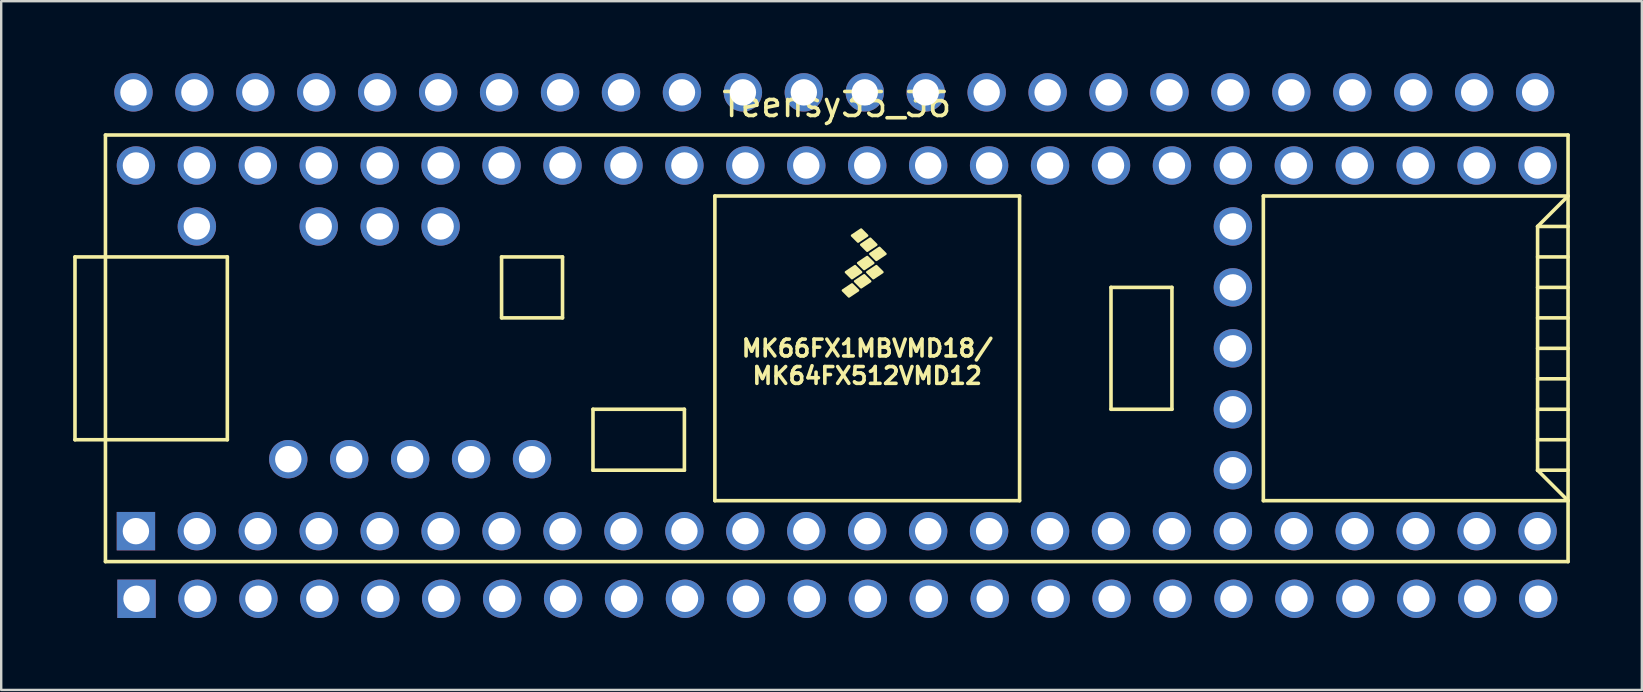
<source format=kicad_pcb>
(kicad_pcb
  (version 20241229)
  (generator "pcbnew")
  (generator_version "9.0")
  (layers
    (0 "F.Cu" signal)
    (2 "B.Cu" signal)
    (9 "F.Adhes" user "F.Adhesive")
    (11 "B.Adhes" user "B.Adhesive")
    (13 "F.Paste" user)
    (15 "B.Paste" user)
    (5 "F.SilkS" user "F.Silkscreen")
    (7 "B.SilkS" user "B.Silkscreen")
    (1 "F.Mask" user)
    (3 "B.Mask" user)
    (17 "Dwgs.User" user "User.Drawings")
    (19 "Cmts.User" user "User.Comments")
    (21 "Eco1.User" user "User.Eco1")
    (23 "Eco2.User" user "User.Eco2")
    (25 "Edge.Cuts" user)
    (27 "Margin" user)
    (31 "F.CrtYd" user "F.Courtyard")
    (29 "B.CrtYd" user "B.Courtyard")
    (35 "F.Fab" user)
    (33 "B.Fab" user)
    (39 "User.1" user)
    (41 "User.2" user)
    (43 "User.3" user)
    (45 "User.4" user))
  (footprint "Teensy35_36"
    (layer "F.Cu")
    (at 31.825 11.468)
    (property "Reference" "Teensy35_36" (at 0 -10.16 0) (layer "F.SilkS") (effects (font (size 1 1) (thickness 0.15))))
    (attr through_hole)
    (fp_line (start -31.75 -3.81) (end -30.48 -3.81) (stroke (width 0.15) (type solid)) (layer "F.SilkS"))
    (fp_line (start -31.75 3.81) (end -31.75 -3.81) (stroke (width 0.15) (type solid)) (layer "F.SilkS"))
    (fp_line (start -30.48 3.81) (end -31.75 3.81) (stroke (width 0.15) (type solid)) (layer "F.SilkS"))
    (fp_line (start -30.48 8.89) (end -30.48 -8.89) (stroke (width 0.15) (type solid)) (layer "F.SilkS"))
    (fp_line (start -30.48 8.89) (end 30.48 8.89) (stroke (width 0.15) (type solid)) (layer "F.SilkS"))
    (fp_line (start -25.4 -3.81) (end -30.48 -3.81) (stroke (width 0.15) (type solid)) (layer "F.SilkS"))
    (fp_line (start -25.4 3.81) (end -30.48 3.81) (stroke (width 0.15) (type solid)) (layer "F.SilkS"))
    (fp_line (start -25.4 3.81) (end -25.4 -3.81) (stroke (width 0.15) (type solid)) (layer "F.SilkS"))
    (fp_line (start -13.97 -3.81) (end -13.97 -1.27) (stroke (width 0.15) (type solid)) (layer "F.SilkS"))
    (fp_line (start -13.97 -1.27) (end -11.43 -1.27) (stroke (width 0.15) (type solid)) (layer "F.SilkS"))
    (fp_line (start -11.43 -3.81) (end -13.97 -3.81) (stroke (width 0.15) (type solid)) (layer "F.SilkS"))
    (fp_line (start -11.43 -1.27) (end -11.43 -3.81) (stroke (width 0.15) (type solid)) (layer "F.SilkS"))
    (fp_line (start -10.16 2.54) (end -6.35 2.54) (stroke (width 0.15) (type solid)) (layer "F.SilkS"))
    (fp_line (start -10.16 5.08) (end -10.16 2.54) (stroke (width 0.15) (type solid)) (layer "F.SilkS"))
    (fp_line (start -6.35 2.54) (end -6.35 5.08) (stroke (width 0.15) (type solid)) (layer "F.SilkS"))
    (fp_line (start -6.35 5.08) (end -10.16 5.08) (stroke (width 0.15) (type solid)) (layer "F.SilkS"))
    (fp_line (start -5.08 -6.35) (end -5.08 6.35) (stroke (width 0.15) (type solid)) (layer "F.SilkS"))
    (fp_line (start -5.08 -6.35) (end 7.62 -6.35) (stroke (width 0.15) (type solid)) (layer "F.SilkS"))
    (fp_line (start -5.08 6.35) (end 7.62 6.35) (stroke (width 0.15) (type solid)) (layer "F.SilkS"))
    (fp_line (start 7.62 6.35) (end 7.62 -6.35) (stroke (width 0.15) (type solid)) (layer "F.SilkS"))
    (fp_line (start 11.43 -2.54) (end 13.97 -2.54) (stroke (width 0.15) (type solid)) (layer "F.SilkS"))
    (fp_line (start 11.43 2.54) (end 11.43 -2.54) (stroke (width 0.15) (type solid)) (layer "F.SilkS"))
    (fp_line (start 13.97 -2.54) (end 13.97 2.54) (stroke (width 0.15) (type solid)) (layer "F.SilkS"))
    (fp_line (start 13.97 2.54) (end 11.43 2.54) (stroke (width 0.15) (type solid)) (layer "F.SilkS"))
    (fp_line (start 17.78 -6.35) (end 17.78 6.35) (stroke (width 0.15) (type solid)) (layer "F.SilkS"))
    (fp_line (start 17.78 6.35) (end 30.48 6.35) (stroke (width 0.15) (type solid)) (layer "F.SilkS"))
    (fp_line (start 29.21 -5.08) (end 30.48 -6.35) (stroke (width 0.15) (type solid)) (layer "F.SilkS"))
    (fp_line (start 29.21 -5.08) (end 30.48 -5.08) (stroke (width 0.15) (type solid)) (layer "F.SilkS"))
    (fp_line (start 29.21 -3.81) (end 30.48 -3.81) (stroke (width 0.15) (type solid)) (layer "F.SilkS"))
    (fp_line (start 29.21 -2.54) (end 30.48 -2.54) (stroke (width 0.15) (type solid)) (layer "F.SilkS"))
    (fp_line (start 29.21 -1.27) (end 30.48 -1.27) (stroke (width 0.15) (type solid)) (layer "F.SilkS"))
    (fp_line (start 29.21 0) (end 30.48 0) (stroke (width 0.15) (type solid)) (layer "F.SilkS"))
    (fp_line (start 29.21 1.27) (end 30.48 1.27) (stroke (width 0.15) (type solid)) (layer "F.SilkS"))
    (fp_line (start 29.21 2.54) (end 30.48 2.54) (stroke (width 0.15) (type solid)) (layer "F.SilkS"))
    (fp_line (start 29.21 3.81) (end 30.48 3.81) (stroke (width 0.15) (type solid)) (layer "F.SilkS"))
    (fp_line (start 29.21 5.08) (end 29.21 -5.08) (stroke (width 0.15) (type solid)) (layer "F.SilkS"))
    (fp_line (start 29.21 5.08) (end 30.48 5.08) (stroke (width 0.15) (type solid)) (layer "F.SilkS"))
    (fp_line (start 30.48 -8.89) (end -30.48 -8.89) (stroke (width 0.15) (type solid)) (layer "F.SilkS"))
    (fp_line (start 30.48 -8.89) (end 30.48 8.89) (stroke (width 0.15) (type solid)) (layer "F.SilkS"))
    (fp_line (start 30.48 -6.35) (end 17.78 -6.35) (stroke (width 0.15) (type solid)) (layer "F.SilkS"))
    (fp_line (start 30.48 6.35) (end 29.21 5.08) (stroke (width 0.15) (type solid)) (layer "F.SilkS"))
    (fp_poly (pts (xy 0.635 -2.667) (xy 0.889 -2.413) (xy 0.508 -2.159) (xy 0.254 -2.413)) (stroke (width 0.1) (type solid)) (fill yes) (layer "F.SilkS"))
    (fp_poly (pts (xy 0.762 -3.429) (xy 1.016 -3.175) (xy 0.635 -2.921) (xy 0.381 -3.175)) (stroke (width 0.1) (type solid)) (fill yes) (layer "F.SilkS"))
    (fp_poly (pts (xy 1.016 -4.953) (xy 1.27 -4.699) (xy 0.889 -4.445) (xy 0.635 -4.699)) (stroke (width 0.1) (type solid)) (fill yes) (layer "F.SilkS"))
    (fp_poly (pts (xy 1.143 -3.048) (xy 1.397 -2.794) (xy 1.016 -2.54) (xy 0.762 -2.794)) (stroke (width 0.1) (type solid)) (fill yes) (layer "F.SilkS"))
    (fp_poly (pts (xy 1.27 -3.81) (xy 1.524 -3.556) (xy 1.143 -3.302) (xy 0.889 -3.556)) (stroke (width 0.1) (type solid)) (fill yes) (layer "F.SilkS"))
    (fp_poly (pts (xy 1.397 -4.572) (xy 1.651 -4.318) (xy 1.27 -4.064) (xy 1.016 -4.318)) (stroke (width 0.1) (type solid)) (fill yes) (layer "F.SilkS"))
    (fp_poly (pts (xy 1.651 -3.429) (xy 1.905 -3.175) (xy 1.524 -2.921) (xy 1.27 -3.175)) (stroke (width 0.1) (type solid)) (fill yes) (layer "F.SilkS"))
    (fp_poly (pts (xy 1.778 -4.191) (xy 2.032 -3.937) (xy 1.651 -3.683) (xy 1.397 -3.937)) (stroke (width 0.1) (type solid)) (fill yes) (layer "F.SilkS"))
    (fp_text user "MK66FX1MBVMD18/" (at 1.27 0 0) (layer "F.SilkS") (effects (font (size 0.7 0.7) (thickness 0.15))))
    (fp_text user "MK64FX512VMD12" (at 1.27 1.143 0) (layer "F.SilkS") (effects (font (size 0.7 0.7) (thickness 0.15))))
    (pad "1" thru_hole rect (at -29.21 7.62) (size 1.6 1.6) (drill 1.1) (layers "*.Cu" "*.Mask"))
    (pad "1" thru_hole rect (at -29.185 10.439) (size 1.6 1.6) (drill 1.1) (layers "*.Cu" "*.Mask"))
    (pad "2" thru_hole circle (at -26.67 7.62) (size 1.6 1.6) (drill 1.1) (layers "*.Cu" "*.Mask"))
    (pad "2" thru_hole circle (at -26.645 10.439) (size 1.6 1.6) (drill 1.1) (layers "*.Cu" "*.Mask"))
    (pad "3" thru_hole circle (at -24.13 7.62) (size 1.6 1.6) (drill 1.1) (layers "*.Cu" "*.Mask"))
    (pad "3" thru_hole circle (at -24.105 10.439) (size 1.6 1.6) (drill 1.1) (layers "*.Cu" "*.Mask"))
    (pad "4" thru_hole circle (at -21.59 7.62) (size 1.6 1.6) (drill 1.1) (layers "*.Cu" "*.Mask"))
    (pad "4" thru_hole circle (at -21.565 10.439) (size 1.6 1.6) (drill 1.1) (layers "*.Cu" "*.Mask"))
    (pad "5" thru_hole circle (at -19.05 7.62) (size 1.6 1.6) (drill 1.1) (layers "*.Cu" "*.Mask"))
    (pad "5" thru_hole circle (at -19.025 10.439) (size 1.6 1.6) (drill 1.1) (layers "*.Cu" "*.Mask"))
    (pad "6" thru_hole circle (at -16.51 7.62) (size 1.6 1.6) (drill 1.1) (layers "*.Cu" "*.Mask"))
    (pad "6" thru_hole circle (at -16.485 10.439) (size 1.6 1.6) (drill 1.1) (layers "*.Cu" "*.Mask"))
    (pad "7" thru_hole circle (at -13.97 7.62) (size 1.6 1.6) (drill 1.1) (layers "*.Cu" "*.Mask"))
    (pad "7" thru_hole circle (at -13.945 10.439) (size 1.6 1.6) (drill 1.1) (layers "*.Cu" "*.Mask"))
    (pad "8" thru_hole circle (at -11.43 7.62) (size 1.6 1.6) (drill 1.1) (layers "*.Cu" "*.Mask"))
    (pad "8" thru_hole circle (at -11.405 10.439) (size 1.6 1.6) (drill 1.1) (layers "*.Cu" "*.Mask"))
    (pad "9" thru_hole circle (at -8.89 7.62) (size 1.6 1.6) (drill 1.1) (layers "*.Cu" "*.Mask"))
    (pad "9" thru_hole circle (at -8.865 10.439) (size 1.6 1.6) (drill 1.1) (layers "*.Cu" "*.Mask"))
    (pad "10" thru_hole circle (at -6.35 7.62) (size 1.6 1.6) (drill 1.1) (layers "*.Cu" "*.Mask"))
    (pad "10" thru_hole circle (at -6.325 10.439) (size 1.6 1.6) (drill 1.1) (layers "*.Cu" "*.Mask"))
    (pad "11" thru_hole circle (at -3.81 7.62) (size 1.6 1.6) (drill 1.1) (layers "*.Cu" "*.Mask"))
    (pad "11" thru_hole circle (at -3.785 10.439) (size 1.6 1.6) (drill 1.1) (layers "*.Cu" "*.Mask"))
    (pad "12" thru_hole circle (at -1.27 7.62) (size 1.6 1.6) (drill 1.1) (layers "*.Cu" "*.Mask"))
    (pad "12" thru_hole circle (at -1.245 10.439) (size 1.6 1.6) (drill 1.1) (layers "*.Cu" "*.Mask"))
    (pad "13" thru_hole circle (at 1.27 7.62) (size 1.6 1.6) (drill 1.1) (layers "*.Cu" "*.Mask"))
    (pad "13" thru_hole circle (at 1.295 10.439) (size 1.6 1.6) (drill 1.1) (layers "*.Cu" "*.Mask"))
    (pad "14" thru_hole circle (at 3.81 7.62) (size 1.6 1.6) (drill 1.1) (layers "*.Cu" "*.Mask"))
    (pad "14" thru_hole circle (at 3.835 10.439) (size 1.6 1.6) (drill 1.1) (layers "*.Cu" "*.Mask"))
    (pad "15" thru_hole circle (at 6.35 7.62) (size 1.6 1.6) (drill 1.1) (layers "*.Cu" "*.Mask"))
    (pad "15" thru_hole circle (at 6.375 10.439) (size 1.6 1.6) (drill 1.1) (layers "*.Cu" "*.Mask"))
    (pad "16" thru_hole circle (at 8.89 7.62) (size 1.6 1.6) (drill 1.1) (layers "*.Cu" "*.Mask"))
    (pad "16" thru_hole circle (at 8.915 10.439) (size 1.6 1.6) (drill 1.1) (layers "*.Cu" "*.Mask"))
    (pad "17" thru_hole circle (at 11.43 7.62) (size 1.6 1.6) (drill 1.1) (layers "*.Cu" "*.Mask"))
    (pad "17" thru_hole circle (at 11.455 10.439) (size 1.6 1.6) (drill 1.1) (layers "*.Cu" "*.Mask"))
    (pad "18" thru_hole circle (at 13.97 7.62) (size 1.6 1.6) (drill 1.1) (layers "*.Cu" "*.Mask"))
    (pad "18" thru_hole circle (at 13.995 10.439) (size 1.6 1.6) (drill 1.1) (layers "*.Cu" "*.Mask"))
    (pad "19" thru_hole circle (at 16.51 7.62) (size 1.6 1.6) (drill 1.1) (layers "*.Cu" "*.Mask"))
    (pad "19" thru_hole circle (at 16.535 10.439) (size 1.6 1.6) (drill 1.1) (layers "*.Cu" "*.Mask"))
    (pad "20" thru_hole circle (at 19.05 7.62) (size 1.6 1.6) (drill 1.1) (layers "*.Cu" "*.Mask"))
    (pad "20" thru_hole circle (at 19.075 10.439) (size 1.6 1.6) (drill 1.1) (layers "*.Cu" "*.Mask"))
    (pad "21" thru_hole circle (at 21.59 7.62) (size 1.6 1.6) (drill 1.1) (layers "*.Cu" "*.Mask"))
    (pad "21" thru_hole circle (at 21.615 10.439) (size 1.6 1.6) (drill 1.1) (layers "*.Cu" "*.Mask"))
    (pad "22" thru_hole circle (at 24.13 7.62) (size 1.6 1.6) (drill 1.1) (layers "*.Cu" "*.Mask"))
    (pad "22" thru_hole circle (at 24.155 10.439) (size 1.6 1.6) (drill 1.1) (layers "*.Cu" "*.Mask"))
    (pad "23" thru_hole circle (at 26.67 7.62) (size 1.6 1.6) (drill 1.1) (layers "*.Cu" "*.Mask"))
    (pad "23" thru_hole circle (at 26.695 10.439) (size 1.6 1.6) (drill 1.1) (layers "*.Cu" "*.Mask"))
    (pad "24" thru_hole circle (at 29.21 7.62) (size 1.6 1.6) (drill 1.1) (layers "*.Cu" "*.Mask"))
    (pad "24" thru_hole circle (at 29.235 10.439) (size 1.6 1.6) (drill 1.1) (layers "*.Cu" "*.Mask"))
    (pad "25" thru_hole circle (at 16.51 5.08) (size 1.6 1.6) (drill 1.1) (layers "*.Cu" "*.Mask"))
    (pad "26" thru_hole circle (at 16.51 2.54) (size 1.6 1.6) (drill 1.1) (layers "*.Cu" "*.Mask"))
    (pad "27" thru_hole circle (at 16.51 0) (size 1.6 1.6) (drill 1.1) (layers "*.Cu" "*.Mask"))
    (pad "28" thru_hole circle (at 16.51 -2.54) (size 1.6 1.6) (drill 1.1) (layers "*.Cu" "*.Mask"))
    (pad "29" thru_hole circle (at 16.51 -5.08) (size 1.6 1.6) (drill 1.1) (layers "*.Cu" "*.Mask"))
    (pad "30" thru_hole circle (at 29.108 -10.668) (size 1.6 1.6) (drill 1.1) (layers "*.Cu" "*.Mask"))
    (pad "30" thru_hole circle (at 29.21 -7.62) (size 1.6 1.6) (drill 1.1) (layers "*.Cu" "*.Mask"))
    (pad "31" thru_hole circle (at 26.568 -10.668) (size 1.6 1.6) (drill 1.1) (layers "*.Cu" "*.Mask"))
    (pad "31" thru_hole circle (at 26.67 -7.62) (size 1.6 1.6) (drill 1.1) (layers "*.Cu" "*.Mask"))
    (pad "32" thru_hole circle (at 24.028 -10.668) (size 1.6 1.6) (drill 1.1) (layers "*.Cu" "*.Mask"))
    (pad "32" thru_hole circle (at 24.13 -7.62) (size 1.6 1.6) (drill 1.1) (layers "*.Cu" "*.Mask"))
    (pad "33" thru_hole circle (at 21.488 -10.668) (size 1.6 1.6) (drill 1.1) (layers "*.Cu" "*.Mask"))
    (pad "33" thru_hole circle (at 21.59 -7.62) (size 1.6 1.6) (drill 1.1) (layers "*.Cu" "*.Mask"))
    (pad "34" thru_hole circle (at 18.948 -10.668) (size 1.6 1.6) (drill 1.1) (layers "*.Cu" "*.Mask"))
    (pad "34" thru_hole circle (at 19.05 -7.62) (size 1.6 1.6) (drill 1.1) (layers "*.Cu" "*.Mask"))
    (pad "35" thru_hole circle (at 16.408 -10.668) (size 1.6 1.6) (drill 1.1) (layers "*.Cu" "*.Mask"))
    (pad "35" thru_hole circle (at 16.51 -7.62) (size 1.6 1.6) (drill 1.1) (layers "*.Cu" "*.Mask"))
    (pad "36" thru_hole circle (at 13.868 -10.668) (size 1.6 1.6) (drill 1.1) (layers "*.Cu" "*.Mask"))
    (pad "36" thru_hole circle (at 13.97 -7.62) (size 1.6 1.6) (drill 1.1) (layers "*.Cu" "*.Mask"))
    (pad "37" thru_hole circle (at 11.328 -10.668) (size 1.6 1.6) (drill 1.1) (layers "*.Cu" "*.Mask"))
    (pad "37" thru_hole circle (at 11.43 -7.62) (size 1.6 1.6) (drill 1.1) (layers "*.Cu" "*.Mask"))
    (pad "38" thru_hole circle (at 8.788 -10.668) (size 1.6 1.6) (drill 1.1) (layers "*.Cu" "*.Mask"))
    (pad "38" thru_hole circle (at 8.89 -7.62) (size 1.6 1.6) (drill 1.1) (layers "*.Cu" "*.Mask"))
    (pad "39" thru_hole circle (at 6.248 -10.668) (size 1.6 1.6) (drill 1.1) (layers "*.Cu" "*.Mask"))
    (pad "39" thru_hole circle (at 6.35 -7.62) (size 1.6 1.6) (drill 1.1) (layers "*.Cu" "*.Mask"))
    (pad "40" thru_hole circle (at 3.708 -10.668) (size 1.6 1.6) (drill 1.1) (layers "*.Cu" "*.Mask"))
    (pad "40" thru_hole circle (at 3.81 -7.62) (size 1.6 1.6) (drill 1.1) (layers "*.Cu" "*.Mask"))
    (pad "41" thru_hole circle (at 1.168 -10.668) (size 1.6 1.6) (drill 1.1) (layers "*.Cu" "*.Mask"))
    (pad "41" thru_hole circle (at 1.27 -7.62) (size 1.6 1.6) (drill 1.1) (layers "*.Cu" "*.Mask"))
    (pad "42" thru_hole circle (at -1.372 -10.668) (size 1.6 1.6) (drill 1.1) (layers "*.Cu" "*.Mask"))
    (pad "42" thru_hole circle (at -1.27 -7.62) (size 1.6 1.6) (drill 1.1) (layers "*.Cu" "*.Mask"))
    (pad "43" thru_hole circle (at -3.912 -10.668) (size 1.6 1.6) (drill 1.1) (layers "*.Cu" "*.Mask"))
    (pad "43" thru_hole circle (at -3.81 -7.62) (size 1.6 1.6) (drill 1.1) (layers "*.Cu" "*.Mask"))
    (pad "44" thru_hole circle (at -6.452 -10.668) (size 1.6 1.6) (drill 1.1) (layers "*.Cu" "*.Mask"))
    (pad "44" thru_hole circle (at -6.35 -7.62) (size 1.6 1.6) (drill 1.1) (layers "*.Cu" "*.Mask"))
    (pad "45" thru_hole circle (at -8.992 -10.668) (size 1.6 1.6) (drill 1.1) (layers "*.Cu" "*.Mask"))
    (pad "45" thru_hole circle (at -8.89 -7.62) (size 1.6 1.6) (drill 1.1) (layers "*.Cu" "*.Mask"))
    (pad "46" thru_hole circle (at -11.532 -10.668) (size 1.6 1.6) (drill 1.1) (layers "*.Cu" "*.Mask"))
    (pad "46" thru_hole circle (at -11.43 -7.62) (size 1.6 1.6) (drill 1.1) (layers "*.Cu" "*.Mask"))
    (pad "47" thru_hole circle (at -14.072 -10.668) (size 1.6 1.6) (drill 1.1) (layers "*.Cu" "*.Mask"))
    (pad "47" thru_hole circle (at -13.97 -7.62) (size 1.6 1.6) (drill 1.1) (layers "*.Cu" "*.Mask"))
    (pad "48" thru_hole circle (at -16.612 -10.668) (size 1.6 1.6) (drill 1.1) (layers "*.Cu" "*.Mask"))
    (pad "48" thru_hole circle (at -16.51 -7.62) (size 1.6 1.6) (drill 1.1) (layers "*.Cu" "*.Mask"))
    (pad "49" thru_hole circle (at -19.152 -10.668) (size 1.6 1.6) (drill 1.1) (layers "*.Cu" "*.Mask"))
    (pad "49" thru_hole circle (at -19.05 -7.62) (size 1.6 1.6) (drill 1.1) (layers "*.Cu" "*.Mask"))
    (pad "50" thru_hole circle (at -21.692 -10.668) (size 1.6 1.6) (drill 1.1) (layers "*.Cu" "*.Mask"))
    (pad "50" thru_hole circle (at -21.59 -7.62) (size 1.6 1.6) (drill 1.1) (layers "*.Cu" "*.Mask"))
    (pad "51" thru_hole circle (at -24.232 -10.668) (size 1.6 1.6) (drill 1.1) (layers "*.Cu" "*.Mask"))
    (pad "51" thru_hole circle (at -24.13 -7.62) (size 1.6 1.6) (drill 1.1) (layers "*.Cu" "*.Mask"))
    (pad "52" thru_hole circle (at -26.772 -10.668) (size 1.6 1.6) (drill 1.1) (layers "*.Cu" "*.Mask"))
    (pad "52" thru_hole circle (at -26.67 -7.62) (size 1.6 1.6) (drill 1.1) (layers "*.Cu" "*.Mask"))
    (pad "53" thru_hole circle (at -29.312 -10.668) (size 1.6 1.6) (drill 1.1) (layers "*.Cu" "*.Mask"))
    (pad "53" thru_hole circle (at -29.21 -7.62) (size 1.6 1.6) (drill 1.1) (layers "*.Cu" "*.Mask"))
    (pad "54" thru_hole circle (at -26.67 -5.08) (size 1.6 1.6) (drill 1.1) (layers "*.Cu" "*.Mask"))
    (pad "55" thru_hole circle (at -21.59 -5.08) (size 1.6 1.6) (drill 1.1) (layers "*.Cu" "*.Mask"))
    (pad "56" thru_hole circle (at -19.05 -5.08) (size 1.6 1.6) (drill 1.1) (layers "*.Cu" "*.Mask"))
    (pad "57" thru_hole circle (at -16.51 -5.08) (size 1.6 1.6) (drill 1.1) (layers "*.Cu" "*.Mask"))
    (pad "58" thru_hole circle (at -22.86 4.62) (size 1.6 1.6) (drill 1.1) (layers "*.Cu" "*.Mask"))
    (pad "59" thru_hole circle (at -20.32 4.62) (size 1.6 1.6) (drill 1.1) (layers "*.Cu" "*.Mask"))
    (pad "60" thru_hole circle (at -17.78 4.62) (size 1.6 1.6) (drill 1.1) (layers "*.Cu" "*.Mask"))
    (pad "61" thru_hole circle (at -15.24 4.62) (size 1.6 1.6) (drill 1.1) (layers "*.Cu" "*.Mask"))
    (pad "62" thru_hole circle (at -12.7 4.62) (size 1.6 1.6) (drill 1.1) (layers "*.Cu" "*.Mask")))
  (gr_rect
    (start -3 -3)
    (end 65.38 25.707)
    (stroke (width 0.1) (type default))
    (fill no)
    (layer "Edge.Cuts")))
</source>
